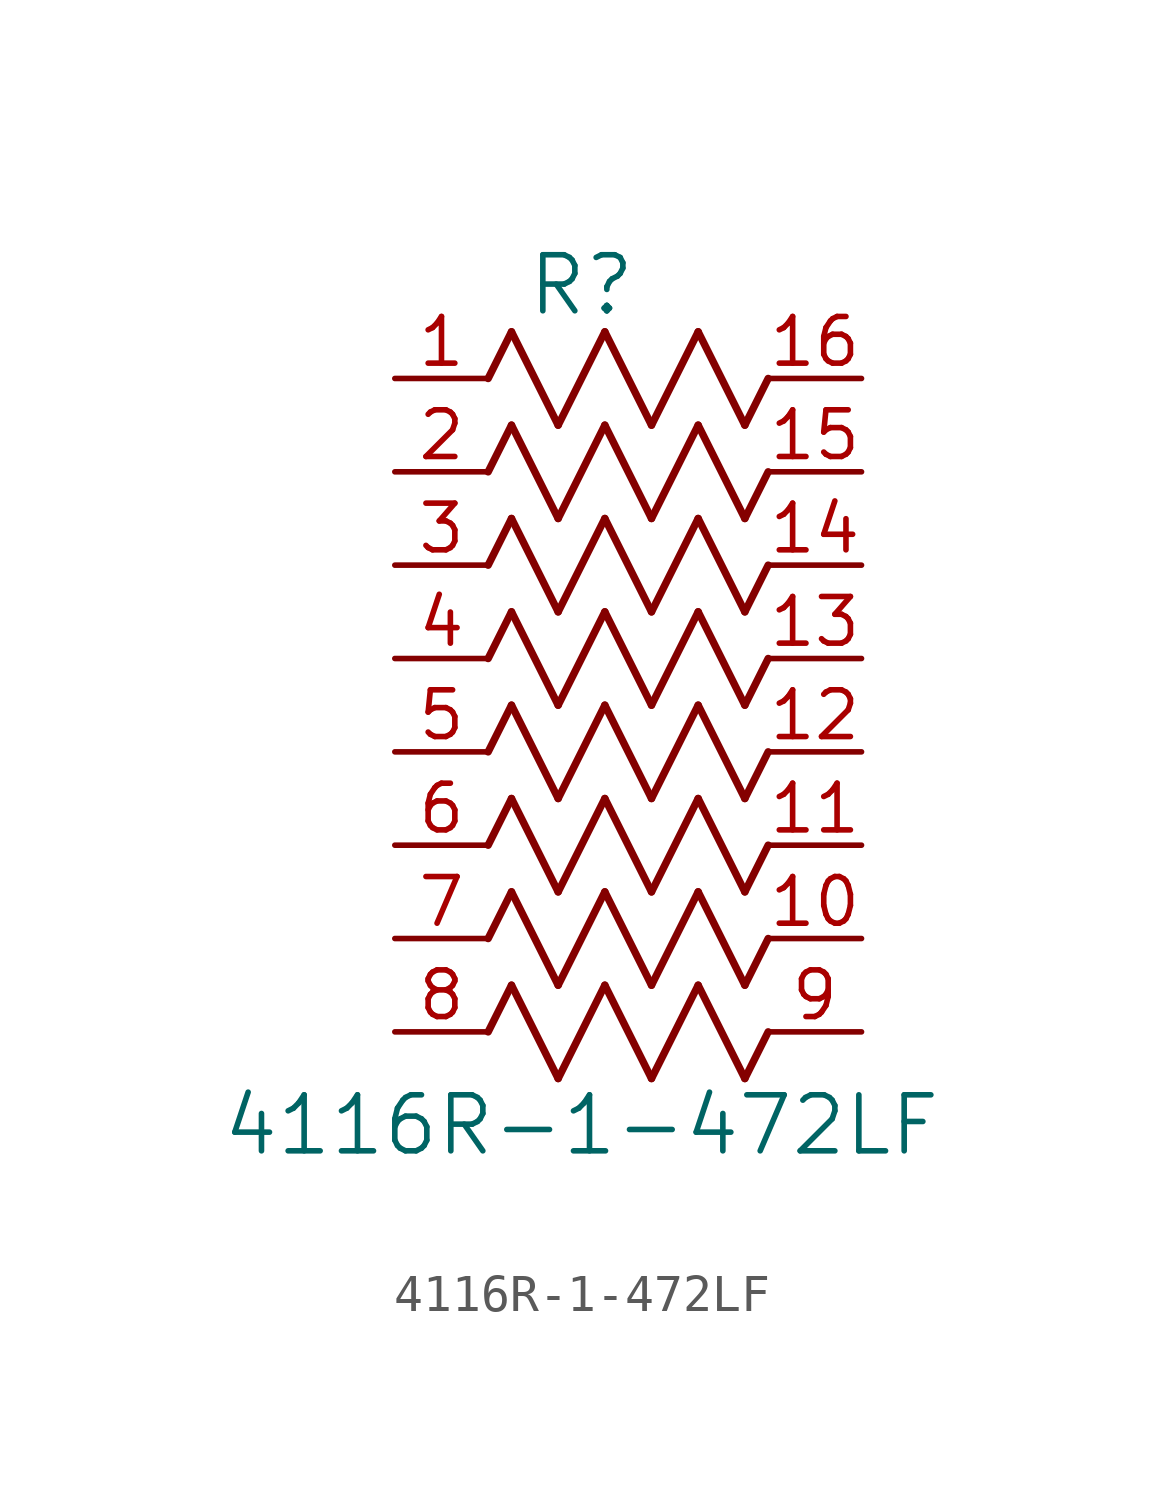
<source format=kicad_sym>
(kicad_symbol_lib
  (version 20211014)
  (generator kicad_symbol_editor)
  (symbol "4116R-1-472LF"
    (pin_names
      (offset 0.254))
    (property "Reference" "R"
      (at 5.08 2.54 0)
      (effects (font (size 1.524 1.524))))
    (property "Value" "4116R-1-472LF"
      (at 5.08 -20.32 0)
      (effects (font (size 1.524 1.524))))
    (symbol "4116R-1-472LF_0_1"
      (polyline (pts (xy 3.175 1.27) (xy 4.445 -1.27)) (stroke (width 0.203) (type default) (color 0 0 0 0)) (fill (type none)))
      (polyline (pts (xy 4.445 -1.27) (xy 5.715 1.27)) (stroke (width 0.203) (type default) (color 0 0 0 0)) (fill (type none)))
      (polyline (pts (xy 5.715 1.27) (xy 6.985 -1.27)) (stroke (width 0.203) (type default) (color 0 0 0 0)) (fill (type none)))
      (polyline (pts (xy 6.985 -1.27) (xy 8.255 1.27)) (stroke (width 0.203) (type default) (color 0 0 0 0)) (fill (type none)))
      (polyline (pts (xy 8.255 1.27) (xy 9.525 -1.27)) (stroke (width 0.203) (type default) (color 0 0 0 0)) (fill (type none)))
      (polyline (pts (xy 2.54 0) (xy 3.175 1.27)) (stroke (width 0.203) (type default) (color 0 0 0 0)) (fill (type none)))
      (polyline (pts (xy 9.525 -1.27) (xy 10.16 0)) (stroke (width 0.203) (type default) (color 0 0 0 0)) (fill (type none)))
      (polyline (pts (xy 3.175 -1.27) (xy 4.445 -3.81)) (stroke (width 0.203) (type default) (color 0 0 0 0)) (fill (type none)))
      (polyline (pts (xy 4.445 -3.81) (xy 5.715 -1.27)) (stroke (width 0.203) (type default) (color 0 0 0 0)) (fill (type none)))
      (polyline (pts (xy 5.715 -1.27) (xy 6.985 -3.81)) (stroke (width 0.203) (type default) (color 0 0 0 0)) (fill (type none)))
      (polyline (pts (xy 6.985 -3.81) (xy 8.255 -1.27)) (stroke (width 0.203) (type default) (color 0 0 0 0)) (fill (type none)))
      (polyline (pts (xy 8.255 -1.27) (xy 9.525 -3.81)) (stroke (width 0.203) (type default) (color 0 0 0 0)) (fill (type none)))
      (polyline (pts (xy 2.54 -2.54) (xy 3.175 -1.27)) (stroke (width 0.203) (type default) (color 0 0 0 0)) (fill (type none)))
      (polyline (pts (xy 9.525 -3.81) (xy 10.16 -2.54)) (stroke (width 0.203) (type default) (color 0 0 0 0)) (fill (type none)))
      (polyline (pts (xy 3.175 -3.81) (xy 4.445 -6.35)) (stroke (width 0.203) (type default) (color 0 0 0 0)) (fill (type none)))
      (polyline (pts (xy 4.445 -6.35) (xy 5.715 -3.81)) (stroke (width 0.203) (type default) (color 0 0 0 0)) (fill (type none)))
      (polyline (pts (xy 5.715 -3.81) (xy 6.985 -6.35)) (stroke (width 0.203) (type default) (color 0 0 0 0)) (fill (type none)))
      (polyline (pts (xy 6.985 -6.35) (xy 8.255 -3.81)) (stroke (width 0.203) (type default) (color 0 0 0 0)) (fill (type none)))
      (polyline (pts (xy 8.255 -3.81) (xy 9.525 -6.35)) (stroke (width 0.203) (type default) (color 0 0 0 0)) (fill (type none)))
      (polyline (pts (xy 2.54 -5.08) (xy 3.175 -3.81)) (stroke (width 0.203) (type default) (color 0 0 0 0)) (fill (type none)))
      (polyline (pts (xy 9.525 -6.35) (xy 10.16 -5.08)) (stroke (width 0.203) (type default) (color 0 0 0 0)) (fill (type none)))
      (polyline (pts (xy 3.175 -6.35) (xy 4.445 -8.89)) (stroke (width 0.203) (type default) (color 0 0 0 0)) (fill (type none)))
      (polyline (pts (xy 4.445 -8.89) (xy 5.715 -6.35)) (stroke (width 0.203) (type default) (color 0 0 0 0)) (fill (type none)))
      (polyline (pts (xy 5.715 -6.35) (xy 6.985 -8.89)) (stroke (width 0.203) (type default) (color 0 0 0 0)) (fill (type none)))
      (polyline (pts (xy 6.985 -8.89) (xy 8.255 -6.35)) (stroke (width 0.203) (type default) (color 0 0 0 0)) (fill (type none)))
      (polyline (pts (xy 8.255 -6.35) (xy 9.525 -8.89)) (stroke (width 0.203) (type default) (color 0 0 0 0)) (fill (type none)))
      (polyline (pts (xy 2.54 -7.62) (xy 3.175 -6.35)) (stroke (width 0.203) (type default) (color 0 0 0 0)) (fill (type none)))
      (polyline (pts (xy 9.525 -8.89) (xy 10.16 -7.62)) (stroke (width 0.203) (type default) (color 0 0 0 0)) (fill (type none)))
      (polyline (pts (xy 3.175 -8.89) (xy 4.445 -11.43)) (stroke (width 0.203) (type default) (color 0 0 0 0)) (fill (type none)))
      (polyline (pts (xy 4.445 -11.43) (xy 5.715 -8.89)) (stroke (width 0.203) (type default) (color 0 0 0 0)) (fill (type none)))
      (polyline (pts (xy 5.715 -8.89) (xy 6.985 -11.43)) (stroke (width 0.203) (type default) (color 0 0 0 0)) (fill (type none)))
      (polyline (pts (xy 6.985 -11.43) (xy 8.255 -8.89)) (stroke (width 0.203) (type default) (color 0 0 0 0)) (fill (type none)))
      (polyline (pts (xy 8.255 -8.89) (xy 9.525 -11.43)) (stroke (width 0.203) (type default) (color 0 0 0 0)) (fill (type none)))
      (polyline (pts (xy 2.54 -10.16) (xy 3.175 -8.89)) (stroke (width 0.203) (type default) (color 0 0 0 0)) (fill (type none)))
      (polyline (pts (xy 9.525 -11.43) (xy 10.16 -10.16)) (stroke (width 0.203) (type default) (color 0 0 0 0)) (fill (type none)))
      (polyline (pts (xy 3.175 -11.43) (xy 4.445 -13.97)) (stroke (width 0.203) (type default) (color 0 0 0 0)) (fill (type none)))
      (polyline (pts (xy 4.445 -13.97) (xy 5.715 -11.43)) (stroke (width 0.203) (type default) (color 0 0 0 0)) (fill (type none)))
      (polyline (pts (xy 5.715 -11.43) (xy 6.985 -13.97)) (stroke (width 0.203) (type default) (color 0 0 0 0)) (fill (type none)))
      (polyline (pts (xy 6.985 -13.97) (xy 8.255 -11.43)) (stroke (width 0.203) (type default) (color 0 0 0 0)) (fill (type none)))
      (polyline (pts (xy 8.255 -11.43) (xy 9.525 -13.97)) (stroke (width 0.203) (type default) (color 0 0 0 0)) (fill (type none)))
      (polyline (pts (xy 2.54 -12.7) (xy 3.175 -11.43)) (stroke (width 0.203) (type default) (color 0 0 0 0)) (fill (type none)))
      (polyline (pts (xy 9.525 -13.97) (xy 10.16 -12.7)) (stroke (width 0.203) (type default) (color 0 0 0 0)) (fill (type none)))
      (polyline (pts (xy 3.175 -13.97) (xy 4.445 -16.51)) (stroke (width 0.203) (type default) (color 0 0 0 0)) (fill (type none)))
      (polyline (pts (xy 4.445 -16.51) (xy 5.715 -13.97)) (stroke (width 0.203) (type default) (color 0 0 0 0)) (fill (type none)))
      (polyline (pts (xy 5.715 -13.97) (xy 6.985 -16.51)) (stroke (width 0.203) (type default) (color 0 0 0 0)) (fill (type none)))
      (polyline (pts (xy 6.985 -16.51) (xy 8.255 -13.97)) (stroke (width 0.203) (type default) (color 0 0 0 0)) (fill (type none)))
      (polyline (pts (xy 8.255 -13.97) (xy 9.525 -16.51)) (stroke (width 0.203) (type default) (color 0 0 0 0)) (fill (type none)))
      (polyline (pts (xy 2.54 -15.24) (xy 3.175 -13.97)) (stroke (width 0.203) (type default) (color 0 0 0 0)) (fill (type none)))
      (polyline (pts (xy 9.525 -16.51) (xy 10.16 -15.24)) (stroke (width 0.203) (type default) (color 0 0 0 0)) (fill (type none)))
      (polyline (pts (xy 3.175 -16.51) (xy 4.445 -19.05)) (stroke (width 0.203) (type default) (color 0 0 0 0)) (fill (type none)))
      (polyline (pts (xy 4.445 -19.05) (xy 5.715 -16.51)) (stroke (width 0.203) (type default) (color 0 0 0 0)) (fill (type none)))
      (polyline (pts (xy 5.715 -16.51) (xy 6.985 -19.05)) (stroke (width 0.203) (type default) (color 0 0 0 0)) (fill (type none)))
      (polyline (pts (xy 6.985 -19.05) (xy 8.255 -16.51)) (stroke (width 0.203) (type default) (color 0 0 0 0)) (fill (type none)))
      (polyline (pts (xy 8.255 -16.51) (xy 9.525 -19.05)) (stroke (width 0.203) (type default) (color 0 0 0 0)) (fill (type none)))
      (polyline (pts (xy 2.54 -17.78) (xy 3.175 -16.51)) (stroke (width 0.203) (type default) (color 0 0 0 0)) (fill (type none)))
      (polyline (pts (xy 9.525 -19.05) (xy 10.16 -17.78)) (stroke (width 0.203) (type default) (color 0 0 0 0)) (fill (type none)))
      (pin unspecified line (at 0 0 0) (length 2.54) (name "" (effects (font (size 1.27 1.27)))) (number "1" (effects (font (size 1.27 1.27)))))
      (pin unspecified line (at 12.7 -10.16 180) (length 2.54) (name "" (effects (font (size 1.27 1.27)))) (number "12" (effects (font (size 1.27 1.27)))))
      (pin unspecified line (at 0 -2.54 0) (length 2.54) (name "" (effects (font (size 1.27 1.27)))) (number "2" (effects (font (size 1.27 1.27)))))
      (pin unspecified line (at 12.7 -12.7 180) (length 2.54) (name "" (effects (font (size 1.27 1.27)))) (number "11" (effects (font (size 1.27 1.27)))))
      (pin unspecified line (at 0 -5.08 0) (length 2.54) (name "" (effects (font (size 1.27 1.27)))) (number "3" (effects (font (size 1.27 1.27)))))
      (pin unspecified line (at 12.7 -15.24 180) (length 2.54) (name "" (effects (font (size 1.27 1.27)))) (number "10" (effects (font (size 1.27 1.27)))))
      (pin unspecified line (at 0 -7.62 0) (length 2.54) (name "" (effects (font (size 1.27 1.27)))) (number "4" (effects (font (size 1.27 1.27)))))
      (pin unspecified line (at 12.7 -17.78 180) (length 2.54) (name "" (effects (font (size 1.27 1.27)))) (number "9" (effects (font (size 1.27 1.27)))))
      (pin unspecified line (at 0 -10.16 0) (length 2.54) (name "" (effects (font (size 1.27 1.27)))) (number "5" (effects (font (size 1.27 1.27)))))
      (pin unspecified line (at 0 -12.7 0) (length 2.54) (name "" (effects (font (size 1.27 1.27)))) (number "6" (effects (font (size 1.27 1.27)))))
      (pin unspecified line (at 12.7 -5.08 180) (length 2.54) (name "" (effects (font (size 1.27 1.27)))) (number "14" (effects (font (size 1.27 1.27)))))
      (pin unspecified line (at 0 -15.24 0) (length 2.54) (name "" (effects (font (size 1.27 1.27)))) (number "7" (effects (font (size 1.27 1.27)))))
      (pin unspecified line (at 12.7 -7.62 180) (length 2.54) (name "" (effects (font (size 1.27 1.27)))) (number "13" (effects (font (size 1.27 1.27)))))
      (pin unspecified line (at 0 -17.78 0) (length 2.54) (name "" (effects (font (size 1.27 1.27)))) (number "8" (effects (font (size 1.27 1.27)))))
      (pin unspecified line (at 12.7 0 180) (length 2.54) (name "" (effects (font (size 1.27 1.27)))) (number "16" (effects (font (size 1.27 1.27)))))
      (pin unspecified line (at 12.7 -2.54 180) (length 2.54) (name "" (effects (font (size 1.27 1.27)))) (number "15" (effects (font (size 1.27 1.27))))))))
</source>
